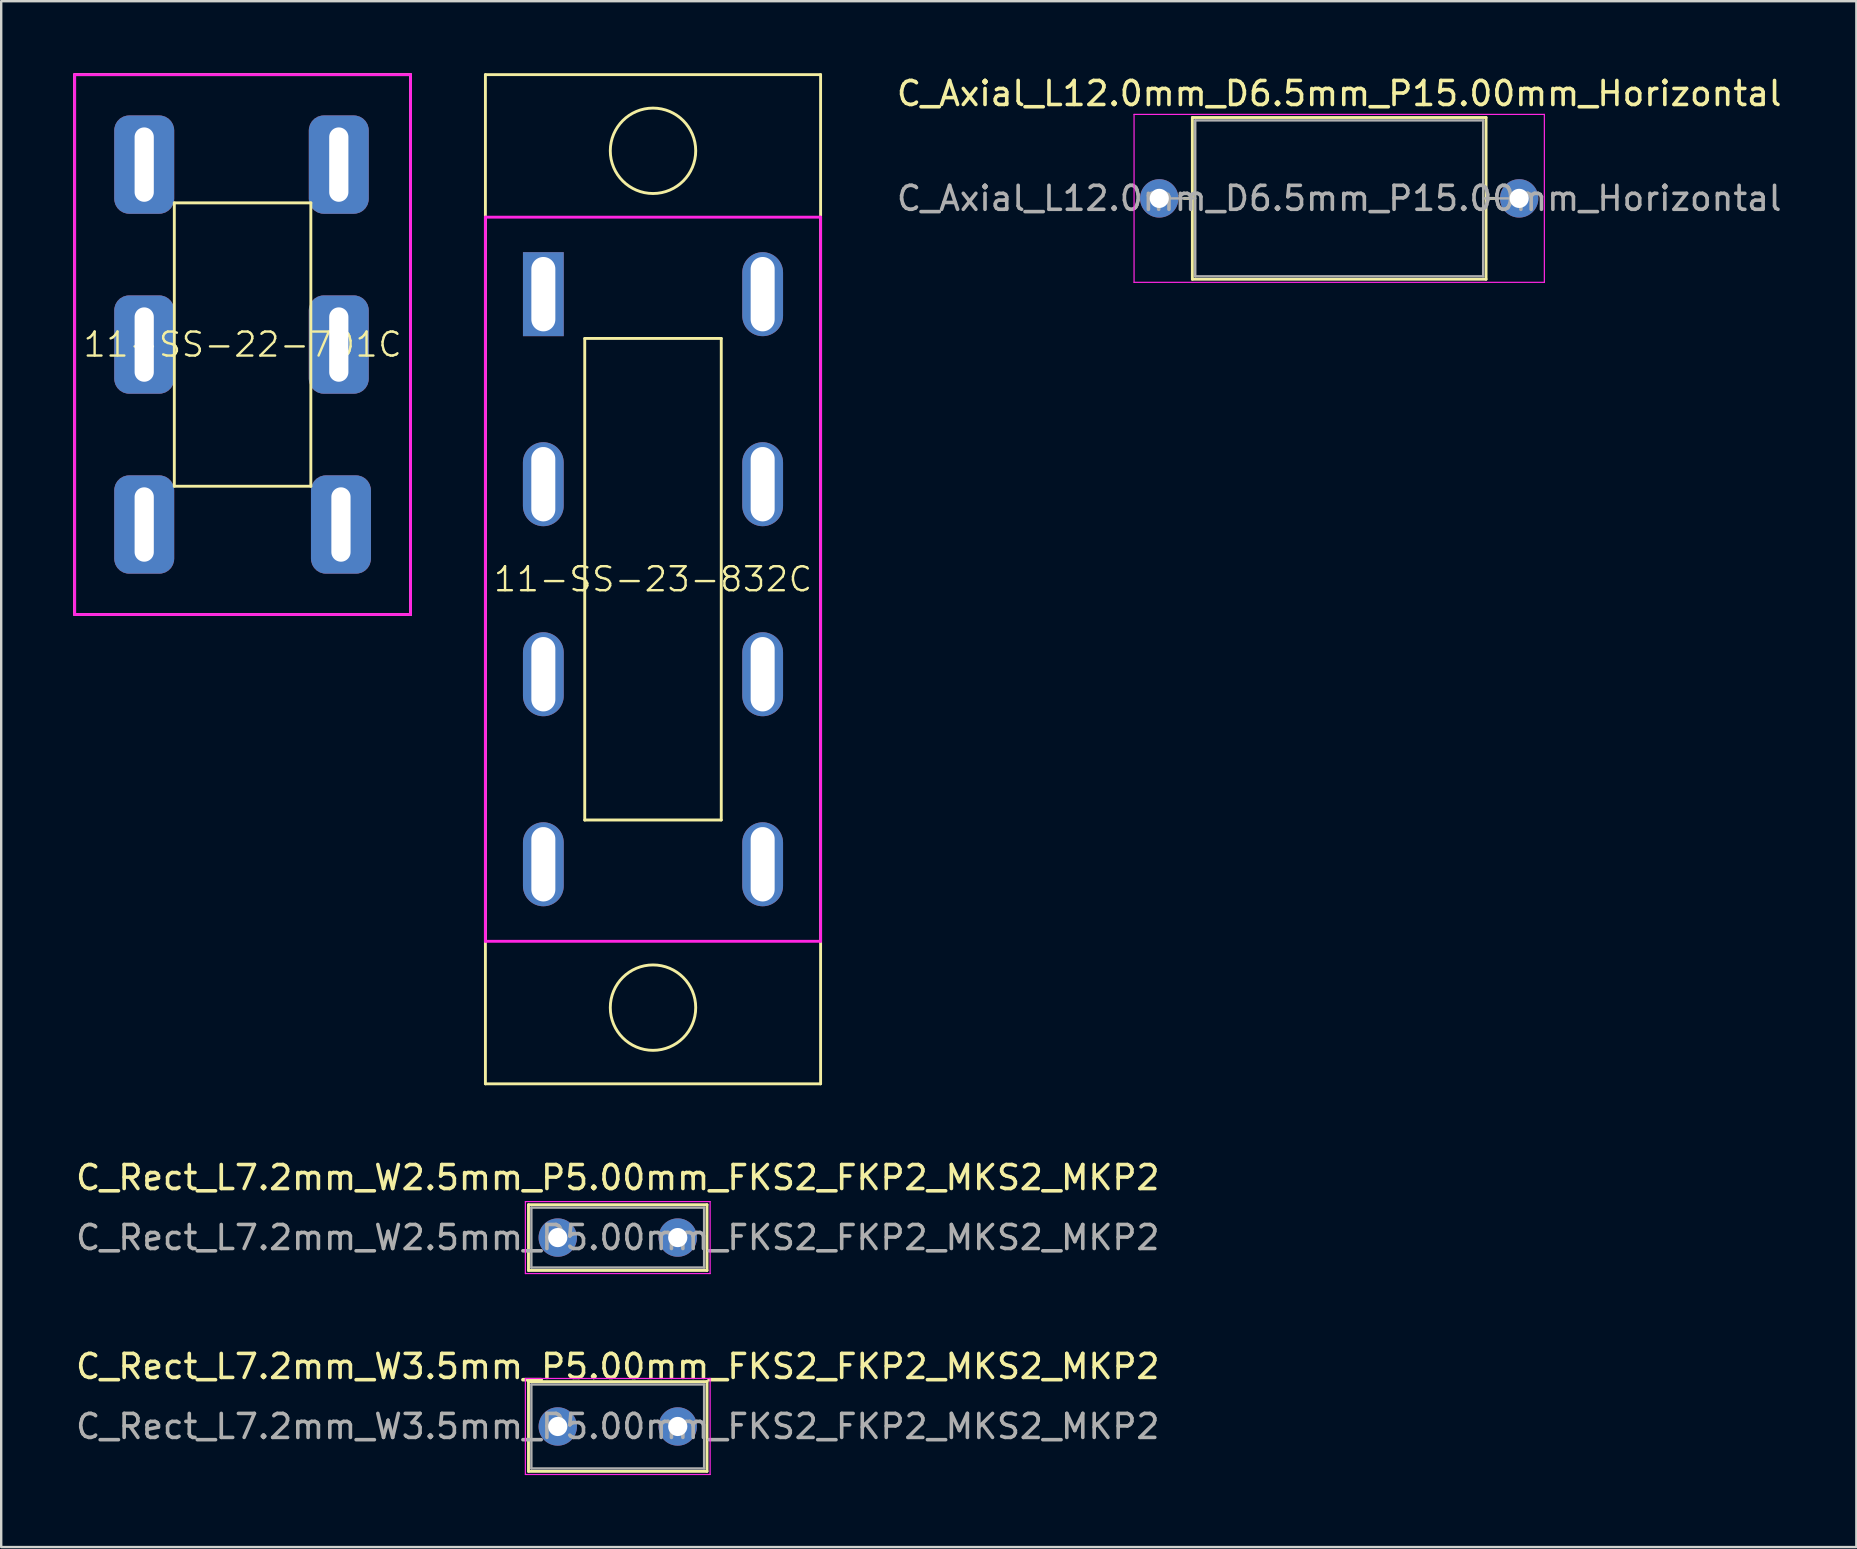
<source format=kicad_pcb>
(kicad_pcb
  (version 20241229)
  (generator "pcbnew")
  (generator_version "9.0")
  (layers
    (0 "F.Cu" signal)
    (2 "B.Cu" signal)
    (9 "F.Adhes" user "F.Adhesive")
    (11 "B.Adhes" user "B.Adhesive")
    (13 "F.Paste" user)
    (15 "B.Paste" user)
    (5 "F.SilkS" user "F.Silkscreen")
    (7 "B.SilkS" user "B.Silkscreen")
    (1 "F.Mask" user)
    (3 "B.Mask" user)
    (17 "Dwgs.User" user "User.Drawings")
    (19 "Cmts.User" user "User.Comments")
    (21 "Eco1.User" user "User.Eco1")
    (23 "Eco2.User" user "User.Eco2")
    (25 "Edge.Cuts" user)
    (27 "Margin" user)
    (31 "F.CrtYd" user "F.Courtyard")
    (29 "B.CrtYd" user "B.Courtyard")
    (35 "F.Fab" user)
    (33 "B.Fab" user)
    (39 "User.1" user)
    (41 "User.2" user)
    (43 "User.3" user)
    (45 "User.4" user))
  (footprint "C_Axial_L12.0mm_D6.5mm_P15.00mm_Horizontal"
    (layer "F.Cu")
    (at 45.264 5.218)
    (property "Reference" "C_Axial_L12.0mm_D6.5mm_P15.00mm_Horizontal" (at 7.5 -4.37 180) (layer "F.SilkS") (effects (font (size 1 1) (thickness 0.15))))
    (attr through_hole)
    (fp_line (start 1.04 0) (end 1.38 0) (stroke (width 0.12) (type solid)) (layer "F.SilkS"))
    (fp_line (start 1.38 -3.37) (end 1.38 3.37) (stroke (width 0.12) (type solid)) (layer "F.SilkS"))
    (fp_line (start 1.38 3.37) (end 13.62 3.37) (stroke (width 0.12) (type solid)) (layer "F.SilkS"))
    (fp_line (start 13.62 -3.37) (end 1.38 -3.37) (stroke (width 0.12) (type solid)) (layer "F.SilkS"))
    (fp_line (start 13.62 3.37) (end 13.62 -3.37) (stroke (width 0.12) (type solid)) (layer "F.SilkS"))
    (fp_line (start 13.96 0) (end 13.62 0) (stroke (width 0.12) (type solid)) (layer "F.SilkS"))
    (fp_line (start -1.05 -3.5) (end -1.05 3.5) (stroke (width 0.05) (type solid)) (layer "F.CrtYd"))
    (fp_line (start -1.05 3.5) (end 16.05 3.5) (stroke (width 0.05) (type solid)) (layer "F.CrtYd"))
    (fp_line (start 16.05 -3.5) (end -1.05 -3.5) (stroke (width 0.05) (type solid)) (layer "F.CrtYd"))
    (fp_line (start 16.05 3.5) (end 16.05 -3.5) (stroke (width 0.05) (type solid)) (layer "F.CrtYd"))
    (fp_line (start 0 0) (end 1.5 0) (stroke (width 0.1) (type solid)) (layer "F.Fab"))
    (fp_line (start 1.5 -3.25) (end 1.5 3.25) (stroke (width 0.1) (type solid)) (layer "F.Fab"))
    (fp_line (start 1.5 3.25) (end 13.5 3.25) (stroke (width 0.1) (type solid)) (layer "F.Fab"))
    (fp_line (start 13.5 -3.25) (end 1.5 -3.25) (stroke (width 0.1) (type solid)) (layer "F.Fab"))
    (fp_line (start 13.5 3.25) (end 13.5 -3.25) (stroke (width 0.1) (type solid)) (layer "F.Fab"))
    (fp_line (start 15 0) (end 13.5 0) (stroke (width 0.1) (type solid)) (layer "F.Fab"))
    (fp_text user "${REFERENCE}" (at 7.5 0 180) (layer "F.Fab") (effects (font (size 1 1) (thickness 0.15))))
    (pad "1" thru_hole circle (at 0 0) (size 1.6 1.6) (drill 0.8) (layers "*.Cu" "*.Mask"))
    (pad "2" thru_hole oval (at 15 0) (size 1.6 1.6) (drill 0.8) (layers "*.Cu" "*.Mask")))
  (footprint "C_Rect_L7.2mm_W2.5mm_P5.00mm_FKS2_FKP2_MKS2_MKP2"
    (layer "F.Cu")
    (at 20.196 48.528)
    (property "Reference" "C_Rect_L7.2mm_W2.5mm_P5.00mm_FKS2_FKP2_MKS2_MKP2" (at 2.5 -2.5 0) (layer "F.SilkS") (effects (font (size 1 1) (thickness 0.15))))
    (attr through_hole)
    (fp_line (start -1.22 -1.37) (end -1.22 1.37) (stroke (width 0.12) (type solid)) (layer "F.SilkS"))
    (fp_line (start -1.22 -1.37) (end 6.22 -1.37) (stroke (width 0.12) (type solid)) (layer "F.SilkS"))
    (fp_line (start -1.22 1.37) (end 6.22 1.37) (stroke (width 0.12) (type solid)) (layer "F.SilkS"))
    (fp_line (start 6.22 -1.37) (end 6.22 1.37) (stroke (width 0.12) (type solid)) (layer "F.SilkS"))
    (fp_line (start -1.35 -1.5) (end -1.35 1.5) (stroke (width 0.05) (type solid)) (layer "F.CrtYd"))
    (fp_line (start -1.35 1.5) (end 6.35 1.5) (stroke (width 0.05) (type solid)) (layer "F.CrtYd"))
    (fp_line (start 6.35 -1.5) (end -1.35 -1.5) (stroke (width 0.05) (type solid)) (layer "F.CrtYd"))
    (fp_line (start 6.35 1.5) (end 6.35 -1.5) (stroke (width 0.05) (type solid)) (layer "F.CrtYd"))
    (fp_line (start -1.1 -1.25) (end -1.1 1.25) (stroke (width 0.1) (type solid)) (layer "F.Fab"))
    (fp_line (start -1.1 1.25) (end 6.1 1.25) (stroke (width 0.1) (type solid)) (layer "F.Fab"))
    (fp_line (start 6.1 -1.25) (end -1.1 -1.25) (stroke (width 0.1) (type solid)) (layer "F.Fab"))
    (fp_line (start 6.1 1.25) (end 6.1 -1.25) (stroke (width 0.1) (type solid)) (layer "F.Fab"))
    (fp_text user "${REFERENCE}" (at 2.5 0 0) (layer "F.Fab") (effects (font (size 1 1) (thickness 0.15))))
    (pad "1" thru_hole circle (at 0 0) (size 1.6 1.6) (drill 0.8) (layers "*.Cu" "*.Mask"))
    (pad "2" thru_hole circle (at 5 0) (size 1.6 1.6) (drill 0.8) (layers "*.Cu" "*.Mask")))
  (footprint "C_Rect_L7.2mm_W3.5mm_P5.00mm_FKS2_FKP2_MKS2_MKP2"
    (layer "F.Cu")
    (at 20.196 56.401)
    (property "Reference" "C_Rect_L7.2mm_W3.5mm_P5.00mm_FKS2_FKP2_MKS2_MKP2" (at 2.5 -2.5 0) (layer "F.SilkS") (effects (font (size 1 1) (thickness 0.15))))
    (attr through_hole)
    (fp_line (start -1.22 -1.87) (end -1.22 1.87) (stroke (width 0.12) (type solid)) (layer "F.SilkS"))
    (fp_line (start -1.22 -1.87) (end 6.22 -1.87) (stroke (width 0.12) (type solid)) (layer "F.SilkS"))
    (fp_line (start -1.22 1.87) (end 6.22 1.87) (stroke (width 0.12) (type solid)) (layer "F.SilkS"))
    (fp_line (start 6.22 -1.87) (end 6.22 1.87) (stroke (width 0.12) (type solid)) (layer "F.SilkS"))
    (fp_line (start -1.35 -2) (end -1.35 2) (stroke (width 0.05) (type solid)) (layer "F.CrtYd"))
    (fp_line (start -1.35 2) (end 6.35 2) (stroke (width 0.05) (type solid)) (layer "F.CrtYd"))
    (fp_line (start 6.35 -2) (end -1.35 -2) (stroke (width 0.05) (type solid)) (layer "F.CrtYd"))
    (fp_line (start 6.35 2) (end 6.35 -2) (stroke (width 0.05) (type solid)) (layer "F.CrtYd"))
    (fp_line (start -1.1 -1.75) (end -1.1 1.75) (stroke (width 0.1) (type solid)) (layer "F.Fab"))
    (fp_line (start -1.1 1.75) (end 6.1 1.75) (stroke (width 0.1) (type solid)) (layer "F.Fab"))
    (fp_line (start 6.1 -1.75) (end -1.1 -1.75) (stroke (width 0.1) (type solid)) (layer "F.Fab"))
    (fp_line (start 6.1 1.75) (end 6.1 -1.75) (stroke (width 0.1) (type solid)) (layer "F.Fab"))
    (fp_text user "${REFERENCE}" (at 2.5 0 0) (layer "F.Fab") (effects (font (size 1 1) (thickness 0.15))))
    (pad "1" thru_hole circle (at 0 0) (size 1.6 1.6) (drill 0.8) (layers "*.Cu" "*.Mask"))
    (pad "2" thru_hole circle (at 5 0) (size 1.6 1.6) (drill 0.8) (layers "*.Cu" "*.Mask")))
  (footprint "11-SS-22-701C"
    (layer "F.Cu")
    (at 7.06 11.31)
    (property "Reference" "11-SS-22-701C" (at 0 0 180) (layer "F.SilkS") (effects (font (size 1 1) (thickness 0.1))))
    (attr through_hole)
    (fp_line (start -7 -11.25) (end 7 -11.25) (stroke (width 0.12) (type solid)) (layer "F.SilkS"))
    (fp_line (start -7 11.25) (end -7 -11.25) (stroke (width 0.12) (type solid)) (layer "F.SilkS"))
    (fp_line (start -7 11.25) (end 7 11.25) (stroke (width 0.12) (type solid)) (layer "F.SilkS"))
    (fp_line (start -2.845 -5.905) (end 2.845 -5.905) (stroke (width 0.12) (type solid)) (layer "F.SilkS"))
    (fp_line (start -2.845 5.905) (end -2.845 -5.905) (stroke (width 0.12) (type solid)) (layer "F.SilkS"))
    (fp_line (start -2.845 5.905) (end 2.845 5.905) (stroke (width 0.12) (type solid)) (layer "F.SilkS"))
    (fp_line (start 2.845 5.905) (end 2.845 -5.905) (stroke (width 0.12) (type solid)) (layer "F.SilkS"))
    (fp_line (start 7 -11.25) (end 7 11.25) (stroke (width 0.12) (type solid)) (layer "F.SilkS"))
    (fp_line (start -7 -11.25) (end 7 -11.25) (stroke (width 0.12) (type solid)) (layer "F.CrtYd"))
    (fp_line (start -7 11.25) (end -7 -11.25) (stroke (width 0.12) (type solid)) (layer "F.CrtYd"))
    (fp_line (start -7 11.25) (end 7 11.25) (stroke (width 0.12) (type solid)) (layer "F.CrtYd"))
    (fp_line (start 7 -11.25) (end 7 11.25) (stroke (width 0.12) (type solid)) (layer "F.CrtYd"))
    (pad "1" thru_hole roundrect (at 4.01 -7.5) (size 2.5 4.1) (drill oval 0.8 3.1) (layers "*.Cu" "*.Mask") (roundrect_rratio 0.25))
    (pad "2" thru_hole roundrect (at 4.01 0) (size 2.5 4.1) (drill oval 0.8 3.1) (layers "*.Cu" "*.Mask") (roundrect_rratio 0.25))
    (pad "3" thru_hole roundrect (at 4.1 7.5) (size 2.5 4.1) (drill oval 0.8 3.1) (layers "*.Cu" "*.Mask") (roundrect_rratio 0.25))
    (pad "4" thru_hole roundrect (at -4.1 -7.5) (size 2.5 4.1) (drill oval 0.8 3.1) (layers "*.Cu" "*.Mask") (roundrect_rratio 0.25))
    (pad "5" thru_hole roundrect (at -4.1 0) (size 2.5 4.1) (drill oval 0.8 3.1) (layers "*.Cu" "*.Mask") (roundrect_rratio 0.25))
    (pad "6" thru_hole roundrect (at -4.1 7.5) (size 2.5 4.1) (drill oval 0.8 3.1) (layers "*.Cu" "*.Mask") (roundrect_rratio 0.25)))
  (footprint "11-SS-23-832C"
    (layer "F.Cu")
    (at 24.165 21.09)
    (property "Reference" "11-SS-23-832C" (at 0 0 180) (layer "F.SilkS") (effects (font (size 1 1) (thickness 0.1))))
    (attr through_hole)
    (fp_line (start -6.985 -21.03) (end 6.985 -21.03) (stroke (width 0.12) (type solid)) (layer "F.SilkS"))
    (fp_line (start -6.985 21.03) (end -6.985 -21.03) (stroke (width 0.12) (type solid)) (layer "F.SilkS"))
    (fp_line (start -6.985 21.03) (end 6.985 21.03) (stroke (width 0.12) (type solid)) (layer "F.SilkS"))
    (fp_line (start -2.845 -10.035) (end 2.845 -10.035) (stroke (width 0.12) (type solid)) (layer "F.SilkS"))
    (fp_line (start -2.845 10.035) (end 2.845 10.035) (stroke (width 0.12) (type solid)) (layer "F.SilkS"))
    (fp_line (start -2.845 10.039) (end -2.845 -10.031) (stroke (width 0.12) (type solid)) (layer "F.SilkS"))
    (fp_line (start 2.845 10.035) (end 2.845 -10.035) (stroke (width 0.12) (type solid)) (layer "F.SilkS"))
    (fp_line (start 6.985 -21.03) (end 6.985 21.03) (stroke (width 0.12) (type solid)) (layer "F.SilkS"))
    (fp_circle (center 0 -17.855) (end 1.78 -17.855) (stroke (width 0.12) (type solid)) (fill no) (layer "F.SilkS"))
    (fp_circle (center 0 17.855) (end 1.78 17.855) (stroke (width 0.12) (type solid)) (fill no) (layer "F.SilkS"))
    (fp_line (start -6.985 -15.09) (end 6.985 -15.09) (stroke (width 0.12) (type solid)) (layer "F.CrtYd"))
    (fp_line (start -6.985 15.09) (end -6.985 -15.09) (stroke (width 0.12) (type solid)) (layer "F.CrtYd"))
    (fp_line (start -6.985 15.09) (end 6.985 15.09) (stroke (width 0.12) (type solid)) (layer "F.CrtYd"))
    (fp_line (start 6.985 -15.09) (end 6.985 15.09) (stroke (width 0.12) (type solid)) (layer "F.CrtYd"))
    (pad "1" thru_hole rect (at -4.57 -11.88) (size 1.7 3.5) (drill oval 1 3.1) (layers "*.Cu" "*.Mask"))
    (pad "2" thru_hole oval (at -4.572 -3.96) (size 1.7 3.5) (drill oval 1 3.1) (layers "*.Cu" "*.Mask"))
    (pad "3" thru_hole oval (at -4.57 3.96) (size 1.7 3.5) (drill oval 1 3.1) (layers "*.Cu" "*.Mask"))
    (pad "4" thru_hole oval (at -4.57 11.88) (size 1.7 3.5) (drill oval 1 3.1) (layers "*.Cu" "*.Mask"))
    (pad "5" thru_hole oval (at 4.57 -11.88) (size 1.7 3.5) (drill oval 1 3.1) (layers "*.Cu" "*.Mask"))
    (pad "6" thru_hole oval (at 4.57 -3.96) (size 1.7 3.5) (drill oval 1 3.1) (layers "*.Cu" "*.Mask"))
    (pad "7" thru_hole oval (at 4.57 3.96) (size 1.7 3.5) (drill oval 1 3.1) (layers "*.Cu" "*.Mask"))
    (pad "8" thru_hole oval (at 4.57 11.88) (size 1.7 3.5) (drill oval 1 3.1) (layers "*.Cu" "*.Mask")))
  (gr_rect
    (start -3 -3)
    (end 74.317 61.426)
    (stroke (width 0.1) (type default))
    (fill no)
    (layer "Edge.Cuts")))
</source>
